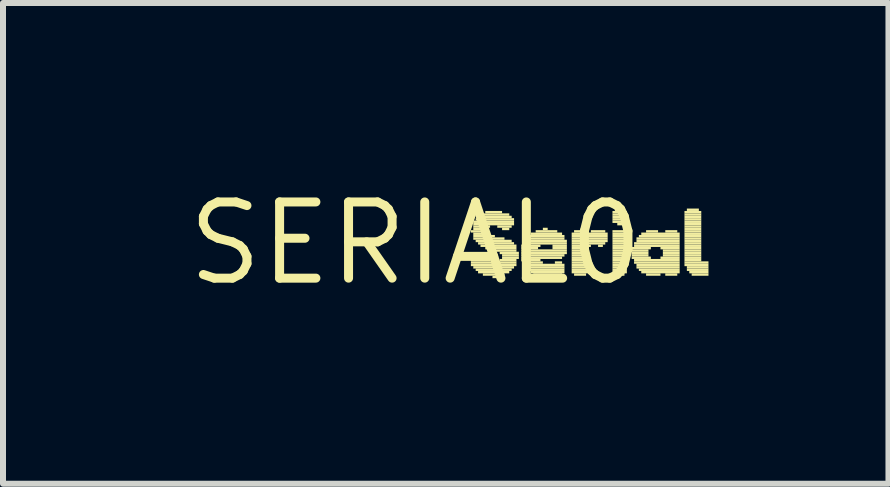
<source format=kicad_pcb>
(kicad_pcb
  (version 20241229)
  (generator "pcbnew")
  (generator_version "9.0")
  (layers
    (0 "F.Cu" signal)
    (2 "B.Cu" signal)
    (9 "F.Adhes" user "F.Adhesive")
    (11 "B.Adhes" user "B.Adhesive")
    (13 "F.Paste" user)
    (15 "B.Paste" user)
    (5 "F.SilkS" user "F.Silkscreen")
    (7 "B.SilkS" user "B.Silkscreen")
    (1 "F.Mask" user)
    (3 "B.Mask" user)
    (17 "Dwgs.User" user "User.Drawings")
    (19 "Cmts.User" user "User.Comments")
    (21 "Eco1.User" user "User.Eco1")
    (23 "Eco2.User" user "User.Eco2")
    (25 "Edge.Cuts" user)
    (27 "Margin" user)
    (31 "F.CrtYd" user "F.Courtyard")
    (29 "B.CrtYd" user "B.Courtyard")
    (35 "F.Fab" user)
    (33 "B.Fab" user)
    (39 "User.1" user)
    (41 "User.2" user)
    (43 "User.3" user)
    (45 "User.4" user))
  (footprint "SERIAL0"
    (layer "F.Cu")
    (at 3.878 1.006)
    (property "Reference" "SERIAL0" (at 0 0 0) (layer "F.SilkS") (effects (font (size 1.27 1.27) (thickness 0.15))))
    (fp_poly (pts (xy 0.92 -0.18) (xy 1.2 -0.18) (xy 1.2 -0.22) (xy 0.92 -0.22)) (stroke (width 0) (type default)) (fill yes) (layer "F.SilkS"))
    (fp_poly (pts (xy 0.92 0.3) (xy 1.24 0.3) (xy 1.24 0.26) (xy 0.92 0.26)) (stroke (width 0) (type default)) (fill yes) (layer "F.SilkS"))
    (fp_poly (pts (xy 0.92 0.34) (xy 1.68 0.34) (xy 1.68 0.3) (xy 0.92 0.3)) (stroke (width 0) (type default)) (fill yes) (layer "F.SilkS"))
    (fp_poly (pts (xy 0.92 0.38) (xy 1.68 0.38) (xy 1.68 0.34) (xy 0.92 0.34)) (stroke (width 0) (type default)) (fill yes) (layer "F.SilkS"))
    (fp_poly (pts (xy 0.96 -0.34) (xy 1.64 -0.34) (xy 1.64 -0.38) (xy 0.96 -0.38)) (stroke (width 0) (type default)) (fill yes) (layer "F.SilkS"))
    (fp_poly (pts (xy 0.96 -0.3) (xy 1.64 -0.3) (xy 1.64 -0.34) (xy 0.96 -0.34)) (stroke (width 0) (type default)) (fill yes) (layer "F.SilkS"))
    (fp_poly (pts (xy 0.96 -0.26) (xy 1.24 -0.26) (xy 1.24 -0.3) (xy 0.96 -0.3)) (stroke (width 0) (type default)) (fill yes) (layer "F.SilkS"))
    (fp_poly (pts (xy 0.96 -0.22) (xy 1.2 -0.22) (xy 1.2 -0.26) (xy 0.96 -0.26)) (stroke (width 0) (type default)) (fill yes) (layer "F.SilkS"))
    (fp_poly (pts (xy 0.96 -0.14) (xy 1.24 -0.14) (xy 1.24 -0.18) (xy 0.96 -0.18)) (stroke (width 0) (type default)) (fill yes) (layer "F.SilkS"))
    (fp_poly (pts (xy 0.96 -0.1) (xy 1.32 -0.1) (xy 1.32 -0.14) (xy 0.96 -0.14)) (stroke (width 0) (type default)) (fill yes) (layer "F.SilkS"))
    (fp_poly (pts (xy 0.96 -0.06) (xy 1.48 -0.06) (xy 1.48 -0.1) (xy 0.96 -0.1)) (stroke (width 0) (type default)) (fill yes) (layer "F.SilkS"))
    (fp_poly (pts (xy 0.96 0.26) (xy 1.16 0.26) (xy 1.16 0.22) (xy 0.96 0.22)) (stroke (width 0) (type default)) (fill yes) (layer "F.SilkS"))
    (fp_poly (pts (xy 0.96 0.42) (xy 1.64 0.42) (xy 1.64 0.38) (xy 0.96 0.38)) (stroke (width 0) (type default)) (fill yes) (layer "F.SilkS"))
    (fp_poly (pts (xy 1 -0.38) (xy 1.64 -0.38) (xy 1.64 -0.42) (xy 1 -0.42)) (stroke (width 0) (type default)) (fill yes) (layer "F.SilkS"))
    (fp_poly (pts (xy 1 -0.02) (xy 1.6 -0.02) (xy 1.6 -0.06) (xy 1 -0.06)) (stroke (width 0) (type default)) (fill yes) (layer "F.SilkS"))
    (fp_poly (pts (xy 1 0.22) (xy 1.12 0.22) (xy 1.12 0.18) (xy 1 0.18)) (stroke (width 0) (type default)) (fill yes) (layer "F.SilkS"))
    (fp_poly (pts (xy 1 0.46) (xy 1.6 0.46) (xy 1.6 0.42) (xy 1 0.42)) (stroke (width 0) (type default)) (fill yes) (layer "F.SilkS"))
    (fp_poly (pts (xy 1.04 -0.42) (xy 1.6 -0.42) (xy 1.6 -0.46) (xy 1.04 -0.46)) (stroke (width 0) (type default)) (fill yes) (layer "F.SilkS"))
    (fp_poly (pts (xy 1.04 0.02) (xy 1.64 0.02) (xy 1.64 -0.02) (xy 1.04 -0.02)) (stroke (width 0) (type default)) (fill yes) (layer "F.SilkS"))
    (fp_poly (pts (xy 1.04 0.5) (xy 1.56 0.5) (xy 1.56 0.46) (xy 1.04 0.46)) (stroke (width 0) (type default)) (fill yes) (layer "F.SilkS"))
    (fp_poly (pts (xy 1.08 -0.46) (xy 1.56 -0.46) (xy 1.56 -0.5) (xy 1.08 -0.5)) (stroke (width 0) (type default)) (fill yes) (layer "F.SilkS"))
    (fp_poly (pts (xy 1.08 0.06) (xy 1.68 0.06) (xy 1.68 0.02) (xy 1.08 0.02)) (stroke (width 0) (type default)) (fill yes) (layer "F.SilkS"))
    (fp_poly (pts (xy 1.12 0.54) (xy 1.48 0.54) (xy 1.48 0.5) (xy 1.12 0.5)) (stroke (width 0) (type default)) (fill yes) (layer "F.SilkS"))
    (fp_poly (pts (xy 1.16 -0.5) (xy 1.44 -0.5) (xy 1.44 -0.54) (xy 1.16 -0.54)) (stroke (width 0) (type default)) (fill yes) (layer "F.SilkS"))
    (fp_poly (pts (xy 1.16 0.1) (xy 1.68 0.1) (xy 1.68 0.06) (xy 1.16 0.06)) (stroke (width 0) (type default)) (fill yes) (layer "F.SilkS"))
    (fp_poly (pts (xy 1.28 0.14) (xy 1.68 0.14) (xy 1.68 0.1) (xy 1.28 0.1)) (stroke (width 0) (type default)) (fill yes) (layer "F.SilkS"))
    (fp_poly (pts (xy 1.28 0.58) (xy 1.36 0.58) (xy 1.36 0.54) (xy 1.28 0.54)) (stroke (width 0) (type default)) (fill yes) (layer "F.SilkS"))
    (fp_poly (pts (xy 1.36 -0.26) (xy 1.6 -0.26) (xy 1.6 -0.3) (xy 1.36 -0.3)) (stroke (width 0) (type default)) (fill yes) (layer "F.SilkS"))
    (fp_poly (pts (xy 1.4 0.18) (xy 1.72 0.18) (xy 1.72 0.14) (xy 1.4 0.14)) (stroke (width 0) (type default)) (fill yes) (layer "F.SilkS"))
    (fp_poly (pts (xy 1.4 0.3) (xy 1.68 0.3) (xy 1.68 0.26) (xy 1.4 0.26)) (stroke (width 0) (type default)) (fill yes) (layer "F.SilkS"))
    (fp_poly (pts (xy 1.44 -0.22) (xy 1.56 -0.22) (xy 1.56 -0.26) (xy 1.44 -0.26)) (stroke (width 0) (type default)) (fill yes) (layer "F.SilkS"))
    (fp_poly (pts (xy 1.44 0.22) (xy 1.72 0.22) (xy 1.72 0.18) (xy 1.44 0.18)) (stroke (width 0) (type default)) (fill yes) (layer "F.SilkS"))
    (fp_poly (pts (xy 1.44 0.26) (xy 1.72 0.26) (xy 1.72 0.22) (xy 1.44 0.22)) (stroke (width 0) (type default)) (fill yes) (layer "F.SilkS"))
    (fp_poly (pts (xy 1.76 0.06) (xy 2.08 0.06) (xy 2.08 0.02) (xy 1.76 0.02)) (stroke (width 0) (type default)) (fill yes) (layer "F.SilkS"))
    (fp_poly (pts (xy 1.76 0.1) (xy 2.04 0.1) (xy 2.04 0.06) (xy 1.76 0.06)) (stroke (width 0) (type default)) (fill yes) (layer "F.SilkS"))
    (fp_poly (pts (xy 1.76 0.14) (xy 2.52 0.14) (xy 2.52 0.1) (xy 1.76 0.1)) (stroke (width 0) (type default)) (fill yes) (layer "F.SilkS"))
    (fp_poly (pts (xy 1.76 0.18) (xy 2.52 0.18) (xy 2.52 0.14) (xy 1.76 0.14)) (stroke (width 0) (type default)) (fill yes) (layer "F.SilkS"))
    (fp_poly (pts (xy 1.76 0.22) (xy 2.48 0.22) (xy 2.48 0.18) (xy 1.76 0.18)) (stroke (width 0) (type default)) (fill yes) (layer "F.SilkS"))
    (fp_poly (pts (xy 1.76 0.26) (xy 2.44 0.26) (xy 2.44 0.22) (xy 1.76 0.22)) (stroke (width 0) (type default)) (fill yes) (layer "F.SilkS"))
    (fp_poly (pts (xy 1.76 0.3) (xy 2.08 0.3) (xy 2.08 0.26) (xy 1.76 0.26)) (stroke (width 0) (type default)) (fill yes) (layer "F.SilkS"))
    (fp_poly (pts (xy 1.8 -0.02) (xy 2.52 -0.02) (xy 2.52 -0.06) (xy 1.8 -0.06)) (stroke (width 0) (type default)) (fill yes) (layer "F.SilkS"))
    (fp_poly (pts (xy 1.8 0.02) (xy 2.52 0.02) (xy 2.52 -0.02) (xy 1.8 -0.02)) (stroke (width 0) (type default)) (fill yes) (layer "F.SilkS"))
    (fp_poly (pts (xy 1.8 0.34) (xy 2.12 0.34) (xy 2.12 0.3) (xy 1.8 0.3)) (stroke (width 0) (type default)) (fill yes) (layer "F.SilkS"))
    (fp_poly (pts (xy 1.8 0.38) (xy 2.48 0.38) (xy 2.48 0.34) (xy 1.8 0.34)) (stroke (width 0) (type default)) (fill yes) (layer "F.SilkS"))
    (fp_poly (pts (xy 1.84 -0.06) (xy 2.48 -0.06) (xy 2.48 -0.1) (xy 1.84 -0.1)) (stroke (width 0) (type default)) (fill yes) (layer "F.SilkS"))
    (fp_poly (pts (xy 1.84 0.42) (xy 2.48 0.42) (xy 2.48 0.38) (xy 1.84 0.38)) (stroke (width 0) (type default)) (fill yes) (layer "F.SilkS"))
    (fp_poly (pts (xy 1.88 -0.1) (xy 2.48 -0.1) (xy 2.48 -0.14) (xy 1.88 -0.14)) (stroke (width 0) (type default)) (fill yes) (layer "F.SilkS"))
    (fp_poly (pts (xy 1.88 0.46) (xy 2.48 0.46) (xy 2.48 0.42) (xy 1.88 0.42)) (stroke (width 0) (type default)) (fill yes) (layer "F.SilkS"))
    (fp_poly (pts (xy 1.92 -0.14) (xy 2.44 -0.14) (xy 2.44 -0.18) (xy 1.92 -0.18)) (stroke (width 0) (type default)) (fill yes) (layer "F.SilkS"))
    (fp_poly (pts (xy 1.92 0.5) (xy 2.48 0.5) (xy 2.48 0.46) (xy 1.92 0.46)) (stroke (width 0) (type default)) (fill yes) (layer "F.SilkS"))
    (fp_poly (pts (xy 1.96 0.54) (xy 2.44 0.54) (xy 2.44 0.5) (xy 1.96 0.5)) (stroke (width 0) (type default)) (fill yes) (layer "F.SilkS"))
    (fp_poly (pts (xy 2 -0.18) (xy 2.36 -0.18) (xy 2.36 -0.22) (xy 2 -0.22)) (stroke (width 0) (type default)) (fill yes) (layer "F.SilkS"))
    (fp_poly (pts (xy 2.12 -0.22) (xy 2.2 -0.22) (xy 2.2 -0.26) (xy 2.12 -0.26)) (stroke (width 0) (type default)) (fill yes) (layer "F.SilkS"))
    (fp_poly (pts (xy 2.12 0.58) (xy 2.28 0.58) (xy 2.28 0.54) (xy 2.12 0.54)) (stroke (width 0) (type default)) (fill yes) (layer "F.SilkS"))
    (fp_poly (pts (xy 2.28 0.06) (xy 2.52 0.06) (xy 2.52 0.02) (xy 2.28 0.02)) (stroke (width 0) (type default)) (fill yes) (layer "F.SilkS"))
    (fp_poly (pts (xy 2.28 0.1) (xy 2.52 0.1) (xy 2.52 0.06) (xy 2.28 0.06)) (stroke (width 0) (type default)) (fill yes) (layer "F.SilkS"))
    (fp_poly (pts (xy 2.32 0.34) (xy 2.44 0.34) (xy 2.44 0.3) (xy 2.32 0.3)) (stroke (width 0) (type default)) (fill yes) (layer "F.SilkS"))
    (fp_poly (pts (xy 2.6 -0.14) (xy 3.2 -0.14) (xy 3.2 -0.18) (xy 2.6 -0.18)) (stroke (width 0) (type default)) (fill yes) (layer "F.SilkS"))
    (fp_poly (pts (xy 2.6 -0.1) (xy 3.2 -0.1) (xy 3.2 -0.14) (xy 2.6 -0.14)) (stroke (width 0) (type default)) (fill yes) (layer "F.SilkS"))
    (fp_poly (pts (xy 2.6 -0.06) (xy 3.2 -0.06) (xy 3.2 -0.1) (xy 2.6 -0.1)) (stroke (width 0) (type default)) (fill yes) (layer "F.SilkS"))
    (fp_poly (pts (xy 2.6 -0.02) (xy 3.2 -0.02) (xy 3.2 -0.06) (xy 2.6 -0.06)) (stroke (width 0) (type default)) (fill yes) (layer "F.SilkS"))
    (fp_poly (pts (xy 2.6 0.02) (xy 3.16 0.02) (xy 3.16 -0.02) (xy 2.6 -0.02)) (stroke (width 0) (type default)) (fill yes) (layer "F.SilkS"))
    (fp_poly (pts (xy 2.6 0.06) (xy 2.92 0.06) (xy 2.92 0.02) (xy 2.6 0.02)) (stroke (width 0) (type default)) (fill yes) (layer "F.SilkS"))
    (fp_poly (pts (xy 2.6 0.1) (xy 2.88 0.1) (xy 2.88 0.06) (xy 2.6 0.06)) (stroke (width 0) (type default)) (fill yes) (layer "F.SilkS"))
    (fp_poly (pts (xy 2.6 0.14) (xy 2.88 0.14) (xy 2.88 0.1) (xy 2.6 0.1)) (stroke (width 0) (type default)) (fill yes) (layer "F.SilkS"))
    (fp_poly (pts (xy 2.6 0.18) (xy 2.88 0.18) (xy 2.88 0.14) (xy 2.6 0.14)) (stroke (width 0) (type default)) (fill yes) (layer "F.SilkS"))
    (fp_poly (pts (xy 2.6 0.22) (xy 2.88 0.22) (xy 2.88 0.18) (xy 2.6 0.18)) (stroke (width 0) (type default)) (fill yes) (layer "F.SilkS"))
    (fp_poly (pts (xy 2.6 0.26) (xy 2.88 0.26) (xy 2.88 0.22) (xy 2.6 0.22)) (stroke (width 0) (type default)) (fill yes) (layer "F.SilkS"))
    (fp_poly (pts (xy 2.6 0.3) (xy 2.88 0.3) (xy 2.88 0.26) (xy 2.6 0.26)) (stroke (width 0) (type default)) (fill yes) (layer "F.SilkS"))
    (fp_poly (pts (xy 2.6 0.34) (xy 2.88 0.34) (xy 2.88 0.3) (xy 2.6 0.3)) (stroke (width 0) (type default)) (fill yes) (layer "F.SilkS"))
    (fp_poly (pts (xy 2.6 0.38) (xy 2.88 0.38) (xy 2.88 0.34) (xy 2.6 0.34)) (stroke (width 0) (type default)) (fill yes) (layer "F.SilkS"))
    (fp_poly (pts (xy 2.6 0.42) (xy 2.88 0.42) (xy 2.88 0.38) (xy 2.6 0.38)) (stroke (width 0) (type default)) (fill yes) (layer "F.SilkS"))
    (fp_poly (pts (xy 2.6 0.46) (xy 2.88 0.46) (xy 2.88 0.42) (xy 2.6 0.42)) (stroke (width 0) (type default)) (fill yes) (layer "F.SilkS"))
    (fp_poly (pts (xy 2.6 0.5) (xy 2.88 0.5) (xy 2.88 0.46) (xy 2.6 0.46)) (stroke (width 0) (type default)) (fill yes) (layer "F.SilkS"))
    (fp_poly (pts (xy 2.64 -0.18) (xy 2.84 -0.18) (xy 2.84 -0.22) (xy 2.64 -0.22)) (stroke (width 0) (type default)) (fill yes) (layer "F.SilkS"))
    (fp_poly (pts (xy 2.64 0.54) (xy 2.84 0.54) (xy 2.84 0.5) (xy 2.64 0.5)) (stroke (width 0) (type default)) (fill yes) (layer "F.SilkS"))
    (fp_poly (pts (xy 2.92 -0.18) (xy 3.16 -0.18) (xy 3.16 -0.22) (xy 2.92 -0.22)) (stroke (width 0) (type default)) (fill yes) (layer "F.SilkS"))
    (fp_poly (pts (xy 3.04 0.06) (xy 3.12 0.06) (xy 3.12 0.02) (xy 3.04 0.02)) (stroke (width 0) (type default)) (fill yes) (layer "F.SilkS"))
    (fp_poly (pts (xy 3.28 -0.5) (xy 3.52 -0.5) (xy 3.52 -0.54) (xy 3.28 -0.54)) (stroke (width 0) (type default)) (fill yes) (layer "F.SilkS"))
    (fp_poly (pts (xy 3.28 -0.46) (xy 3.52 -0.46) (xy 3.52 -0.5) (xy 3.28 -0.5)) (stroke (width 0) (type default)) (fill yes) (layer "F.SilkS"))
    (fp_poly (pts (xy 3.28 -0.42) (xy 3.52 -0.42) (xy 3.52 -0.46) (xy 3.28 -0.46)) (stroke (width 0) (type default)) (fill yes) (layer "F.SilkS"))
    (fp_poly (pts (xy 3.28 -0.38) (xy 3.52 -0.38) (xy 3.52 -0.42) (xy 3.28 -0.42)) (stroke (width 0) (type default)) (fill yes) (layer "F.SilkS"))
    (fp_poly (pts (xy 3.28 -0.34) (xy 3.52 -0.34) (xy 3.52 -0.38) (xy 3.28 -0.38)) (stroke (width 0) (type default)) (fill yes) (layer "F.SilkS"))
    (fp_poly (pts (xy 3.28 -0.18) (xy 3.48 -0.18) (xy 3.48 -0.22) (xy 3.28 -0.22)) (stroke (width 0) (type default)) (fill yes) (layer "F.SilkS"))
    (fp_poly (pts (xy 3.28 -0.14) (xy 3.52 -0.14) (xy 3.52 -0.18) (xy 3.28 -0.18)) (stroke (width 0) (type default)) (fill yes) (layer "F.SilkS"))
    (fp_poly (pts (xy 3.28 -0.1) (xy 3.52 -0.1) (xy 3.52 -0.14) (xy 3.28 -0.14)) (stroke (width 0) (type default)) (fill yes) (layer "F.SilkS"))
    (fp_poly (pts (xy 3.28 -0.06) (xy 3.52 -0.06) (xy 3.52 -0.1) (xy 3.28 -0.1)) (stroke (width 0) (type default)) (fill yes) (layer "F.SilkS"))
    (fp_poly (pts (xy 3.28 -0.02) (xy 3.52 -0.02) (xy 3.52 -0.06) (xy 3.28 -0.06)) (stroke (width 0) (type default)) (fill yes) (layer "F.SilkS"))
    (fp_poly (pts (xy 3.28 0.02) (xy 3.52 0.02) (xy 3.52 -0.02) (xy 3.28 -0.02)) (stroke (width 0) (type default)) (fill yes) (layer "F.SilkS"))
    (fp_poly (pts (xy 3.28 0.06) (xy 3.52 0.06) (xy 3.52 0.02) (xy 3.28 0.02)) (stroke (width 0) (type default)) (fill yes) (layer "F.SilkS"))
    (fp_poly (pts (xy 3.28 0.1) (xy 3.52 0.1) (xy 3.52 0.06) (xy 3.28 0.06)) (stroke (width 0) (type default)) (fill yes) (layer "F.SilkS"))
    (fp_poly (pts (xy 3.28 0.14) (xy 3.52 0.14) (xy 3.52 0.1) (xy 3.28 0.1)) (stroke (width 0) (type default)) (fill yes) (layer "F.SilkS"))
    (fp_poly (pts (xy 3.28 0.18) (xy 3.52 0.18) (xy 3.52 0.14) (xy 3.28 0.14)) (stroke (width 0) (type default)) (fill yes) (layer "F.SilkS"))
    (fp_poly (pts (xy 3.28 0.22) (xy 3.52 0.22) (xy 3.52 0.18) (xy 3.28 0.18)) (stroke (width 0) (type default)) (fill yes) (layer "F.SilkS"))
    (fp_poly (pts (xy 3.28 0.26) (xy 3.52 0.26) (xy 3.52 0.22) (xy 3.28 0.22)) (stroke (width 0) (type default)) (fill yes) (layer "F.SilkS"))
    (fp_poly (pts (xy 3.28 0.3) (xy 3.52 0.3) (xy 3.52 0.26) (xy 3.28 0.26)) (stroke (width 0) (type default)) (fill yes) (layer "F.SilkS"))
    (fp_poly (pts (xy 3.28 0.34) (xy 3.52 0.34) (xy 3.52 0.3) (xy 3.28 0.3)) (stroke (width 0) (type default)) (fill yes) (layer "F.SilkS"))
    (fp_poly (pts (xy 3.28 0.38) (xy 3.52 0.38) (xy 3.52 0.34) (xy 3.28 0.34)) (stroke (width 0) (type default)) (fill yes) (layer "F.SilkS"))
    (fp_poly (pts (xy 3.28 0.42) (xy 3.52 0.42) (xy 3.52 0.38) (xy 3.28 0.38)) (stroke (width 0) (type default)) (fill yes) (layer "F.SilkS"))
    (fp_poly (pts (xy 3.28 0.46) (xy 3.52 0.46) (xy 3.52 0.42) (xy 3.28 0.42)) (stroke (width 0) (type default)) (fill yes) (layer "F.SilkS"))
    (fp_poly (pts (xy 3.28 0.5) (xy 3.52 0.5) (xy 3.52 0.46) (xy 3.28 0.46)) (stroke (width 0) (type default)) (fill yes) (layer "F.SilkS"))
    (fp_poly (pts (xy 3.28 0.54) (xy 3.48 0.54) (xy 3.48 0.5) (xy 3.28 0.5)) (stroke (width 0) (type default)) (fill yes) (layer "F.SilkS"))
    (fp_poly (pts (xy 3.32 -0.54) (xy 3.48 -0.54) (xy 3.48 -0.58) (xy 3.32 -0.58)) (stroke (width 0) (type default)) (fill yes) (layer "F.SilkS"))
    (fp_poly (pts (xy 3.36 -0.3) (xy 3.44 -0.3) (xy 3.44 -0.34) (xy 3.36 -0.34)) (stroke (width 0) (type default)) (fill yes) (layer "F.SilkS"))
    (fp_poly (pts (xy 3.6 0.1) (xy 3.92 0.1) (xy 3.92 0.06) (xy 3.6 0.06)) (stroke (width 0) (type default)) (fill yes) (layer "F.SilkS"))
    (fp_poly (pts (xy 3.6 0.14) (xy 3.88 0.14) (xy 3.88 0.1) (xy 3.6 0.1)) (stroke (width 0) (type default)) (fill yes) (layer "F.SilkS"))
    (fp_poly (pts (xy 3.6 0.18) (xy 3.88 0.18) (xy 3.88 0.14) (xy 3.6 0.14)) (stroke (width 0) (type default)) (fill yes) (layer "F.SilkS"))
    (fp_poly (pts (xy 3.6 0.22) (xy 3.88 0.22) (xy 3.88 0.18) (xy 3.6 0.18)) (stroke (width 0) (type default)) (fill yes) (layer "F.SilkS"))
    (fp_poly (pts (xy 3.6 0.26) (xy 3.92 0.26) (xy 3.92 0.22) (xy 3.6 0.22)) (stroke (width 0) (type default)) (fill yes) (layer "F.SilkS"))
    (fp_poly (pts (xy 3.64 0.02) (xy 4.4 0.02) (xy 4.4 -0.02) (xy 3.64 -0.02)) (stroke (width 0) (type default)) (fill yes) (layer "F.SilkS"))
    (fp_poly (pts (xy 3.64 0.06) (xy 4.4 0.06) (xy 4.4 0.02) (xy 3.64 0.02)) (stroke (width 0) (type default)) (fill yes) (layer "F.SilkS"))
    (fp_poly (pts (xy 3.64 0.3) (xy 4.4 0.3) (xy 4.4 0.26) (xy 3.64 0.26)) (stroke (width 0) (type default)) (fill yes) (layer "F.SilkS"))
    (fp_poly (pts (xy 3.64 0.34) (xy 4.4 0.34) (xy 4.4 0.3) (xy 3.64 0.3)) (stroke (width 0) (type default)) (fill yes) (layer "F.SilkS"))
    (fp_poly (pts (xy 3.68 -0.06) (xy 4.4 -0.06) (xy 4.4 -0.1) (xy 3.68 -0.1)) (stroke (width 0) (type default)) (fill yes) (layer "F.SilkS"))
    (fp_poly (pts (xy 3.68 -0.02) (xy 4.4 -0.02) (xy 4.4 -0.06) (xy 3.68 -0.06)) (stroke (width 0) (type default)) (fill yes) (layer "F.SilkS"))
    (fp_poly (pts (xy 3.68 0.38) (xy 4.4 0.38) (xy 4.4 0.34) (xy 3.68 0.34)) (stroke (width 0) (type default)) (fill yes) (layer "F.SilkS"))
    (fp_poly (pts (xy 3.68 0.42) (xy 4.4 0.42) (xy 4.4 0.38) (xy 3.68 0.38)) (stroke (width 0) (type default)) (fill yes) (layer "F.SilkS"))
    (fp_poly (pts (xy 3.72 -0.1) (xy 4.4 -0.1) (xy 4.4 -0.14) (xy 3.72 -0.14)) (stroke (width 0) (type default)) (fill yes) (layer "F.SilkS"))
    (fp_poly (pts (xy 3.72 0.46) (xy 4.4 0.46) (xy 4.4 0.42) (xy 3.72 0.42)) (stroke (width 0) (type default)) (fill yes) (layer "F.SilkS"))
    (fp_poly (pts (xy 3.76 -0.14) (xy 4.4 -0.14) (xy 4.4 -0.18) (xy 3.76 -0.18)) (stroke (width 0) (type default)) (fill yes) (layer "F.SilkS"))
    (fp_poly (pts (xy 3.76 0.5) (xy 4.4 0.5) (xy 4.4 0.46) (xy 3.76 0.46)) (stroke (width 0) (type default)) (fill yes) (layer "F.SilkS"))
    (fp_poly (pts (xy 3.84 -0.18) (xy 4.04 -0.18) (xy 4.04 -0.22) (xy 3.84 -0.22)) (stroke (width 0) (type default)) (fill yes) (layer "F.SilkS"))
    (fp_poly (pts (xy 3.84 0.54) (xy 4.08 0.54) (xy 4.08 0.5) (xy 3.84 0.5)) (stroke (width 0) (type default)) (fill yes) (layer "F.SilkS"))
    (fp_poly (pts (xy 4.08 0.1) (xy 4.4 0.1) (xy 4.4 0.06) (xy 4.08 0.06)) (stroke (width 0) (type default)) (fill yes) (layer "F.SilkS"))
    (fp_poly (pts (xy 4.08 0.26) (xy 4.4 0.26) (xy 4.4 0.22) (xy 4.08 0.22)) (stroke (width 0) (type default)) (fill yes) (layer "F.SilkS"))
    (fp_poly (pts (xy 4.12 0.14) (xy 4.4 0.14) (xy 4.4 0.1) (xy 4.12 0.1)) (stroke (width 0) (type default)) (fill yes) (layer "F.SilkS"))
    (fp_poly (pts (xy 4.12 0.18) (xy 4.4 0.18) (xy 4.4 0.14) (xy 4.12 0.14)) (stroke (width 0) (type default)) (fill yes) (layer "F.SilkS"))
    (fp_poly (pts (xy 4.12 0.22) (xy 4.4 0.22) (xy 4.4 0.18) (xy 4.12 0.18)) (stroke (width 0) (type default)) (fill yes) (layer "F.SilkS"))
    (fp_poly (pts (xy 4.16 -0.18) (xy 4.36 -0.18) (xy 4.36 -0.22) (xy 4.16 -0.22)) (stroke (width 0) (type default)) (fill yes) (layer "F.SilkS"))
    (fp_poly (pts (xy 4.16 0.54) (xy 4.36 0.54) (xy 4.36 0.5) (xy 4.16 0.5)) (stroke (width 0) (type default)) (fill yes) (layer "F.SilkS"))
    (fp_poly (pts (xy 4.48 -0.5) (xy 4.76 -0.5) (xy 4.76 -0.54) (xy 4.48 -0.54)) (stroke (width 0) (type default)) (fill yes) (layer "F.SilkS"))
    (fp_poly (pts (xy 4.48 -0.46) (xy 4.76 -0.46) (xy 4.76 -0.5) (xy 4.48 -0.5)) (stroke (width 0) (type default)) (fill yes) (layer "F.SilkS"))
    (fp_poly (pts (xy 4.48 -0.42) (xy 4.76 -0.42) (xy 4.76 -0.46) (xy 4.48 -0.46)) (stroke (width 0) (type default)) (fill yes) (layer "F.SilkS"))
    (fp_poly (pts (xy 4.48 -0.38) (xy 4.76 -0.38) (xy 4.76 -0.42) (xy 4.48 -0.42)) (stroke (width 0) (type default)) (fill yes) (layer "F.SilkS"))
    (fp_poly (pts (xy 4.48 -0.34) (xy 4.76 -0.34) (xy 4.76 -0.38) (xy 4.48 -0.38)) (stroke (width 0) (type default)) (fill yes) (layer "F.SilkS"))
    (fp_poly (pts (xy 4.48 -0.3) (xy 4.76 -0.3) (xy 4.76 -0.34) (xy 4.48 -0.34)) (stroke (width 0) (type default)) (fill yes) (layer "F.SilkS"))
    (fp_poly (pts (xy 4.48 -0.26) (xy 4.76 -0.26) (xy 4.76 -0.3) (xy 4.48 -0.3)) (stroke (width 0) (type default)) (fill yes) (layer "F.SilkS"))
    (fp_poly (pts (xy 4.48 -0.22) (xy 4.76 -0.22) (xy 4.76 -0.26) (xy 4.48 -0.26)) (stroke (width 0) (type default)) (fill yes) (layer "F.SilkS"))
    (fp_poly (pts (xy 4.48 -0.18) (xy 4.76 -0.18) (xy 4.76 -0.22) (xy 4.48 -0.22)) (stroke (width 0) (type default)) (fill yes) (layer "F.SilkS"))
    (fp_poly (pts (xy 4.48 -0.14) (xy 4.76 -0.14) (xy 4.76 -0.18) (xy 4.48 -0.18)) (stroke (width 0) (type default)) (fill yes) (layer "F.SilkS"))
    (fp_poly (pts (xy 4.48 -0.1) (xy 4.76 -0.1) (xy 4.76 -0.14) (xy 4.48 -0.14)) (stroke (width 0) (type default)) (fill yes) (layer "F.SilkS"))
    (fp_poly (pts (xy 4.48 -0.06) (xy 4.76 -0.06) (xy 4.76 -0.1) (xy 4.48 -0.1)) (stroke (width 0) (type default)) (fill yes) (layer "F.SilkS"))
    (fp_poly (pts (xy 4.48 -0.02) (xy 4.76 -0.02) (xy 4.76 -0.06) (xy 4.48 -0.06)) (stroke (width 0) (type default)) (fill yes) (layer "F.SilkS"))
    (fp_poly (pts (xy 4.48 0.02) (xy 4.76 0.02) (xy 4.76 -0.02) (xy 4.48 -0.02)) (stroke (width 0) (type default)) (fill yes) (layer "F.SilkS"))
    (fp_poly (pts (xy 4.48 0.06) (xy 4.76 0.06) (xy 4.76 0.02) (xy 4.48 0.02)) (stroke (width 0) (type default)) (fill yes) (layer "F.SilkS"))
    (fp_poly (pts (xy 4.48 0.1) (xy 4.76 0.1) (xy 4.76 0.06) (xy 4.48 0.06)) (stroke (width 0) (type default)) (fill yes) (layer "F.SilkS"))
    (fp_poly (pts (xy 4.48 0.14) (xy 4.76 0.14) (xy 4.76 0.1) (xy 4.48 0.1)) (stroke (width 0) (type default)) (fill yes) (layer "F.SilkS"))
    (fp_poly (pts (xy 4.48 0.18) (xy 4.76 0.18) (xy 4.76 0.14) (xy 4.48 0.14)) (stroke (width 0) (type default)) (fill yes) (layer "F.SilkS"))
    (fp_poly (pts (xy 4.48 0.22) (xy 4.76 0.22) (xy 4.76 0.18) (xy 4.48 0.18)) (stroke (width 0) (type default)) (fill yes) (layer "F.SilkS"))
    (fp_poly (pts (xy 4.48 0.26) (xy 4.76 0.26) (xy 4.76 0.22) (xy 4.48 0.22)) (stroke (width 0) (type default)) (fill yes) (layer "F.SilkS"))
    (fp_poly (pts (xy 4.48 0.3) (xy 4.76 0.3) (xy 4.76 0.26) (xy 4.48 0.26)) (stroke (width 0) (type default)) (fill yes) (layer "F.SilkS"))
    (fp_poly (pts (xy 4.48 0.34) (xy 4.88 0.34) (xy 4.88 0.3) (xy 4.48 0.3)) (stroke (width 0) (type default)) (fill yes) (layer "F.SilkS"))
    (fp_poly (pts (xy 4.48 0.38) (xy 4.88 0.38) (xy 4.88 0.34) (xy 4.48 0.34)) (stroke (width 0) (type default)) (fill yes) (layer "F.SilkS"))
    (fp_poly (pts (xy 4.52 -0.54) (xy 4.72 -0.54) (xy 4.72 -0.58) (xy 4.52 -0.58)) (stroke (width 0) (type default)) (fill yes) (layer "F.SilkS"))
    (fp_poly (pts (xy 4.52 0.42) (xy 4.88 0.42) (xy 4.88 0.38) (xy 4.52 0.38)) (stroke (width 0) (type default)) (fill yes) (layer "F.SilkS"))
    (fp_poly (pts (xy 4.52 0.46) (xy 4.88 0.46) (xy 4.88 0.42) (xy 4.52 0.42)) (stroke (width 0) (type default)) (fill yes) (layer "F.SilkS"))
    (fp_poly (pts (xy 4.56 0.5) (xy 4.88 0.5) (xy 4.88 0.46) (xy 4.56 0.46)) (stroke (width 0) (type default)) (fill yes) (layer "F.SilkS"))
    (fp_poly (pts (xy 4.6 0.54) (xy 4.88 0.54) (xy 4.88 0.5) (xy 4.6 0.5)) (stroke (width 0) (type default)) (fill yes) (layer "F.SilkS")))
  (gr_rect
    (start -3 -3)
    (end 11.758 5.012)
    (stroke (width 0.1) (type default))
    (fill no)
    (layer "Edge.Cuts")))
</source>
